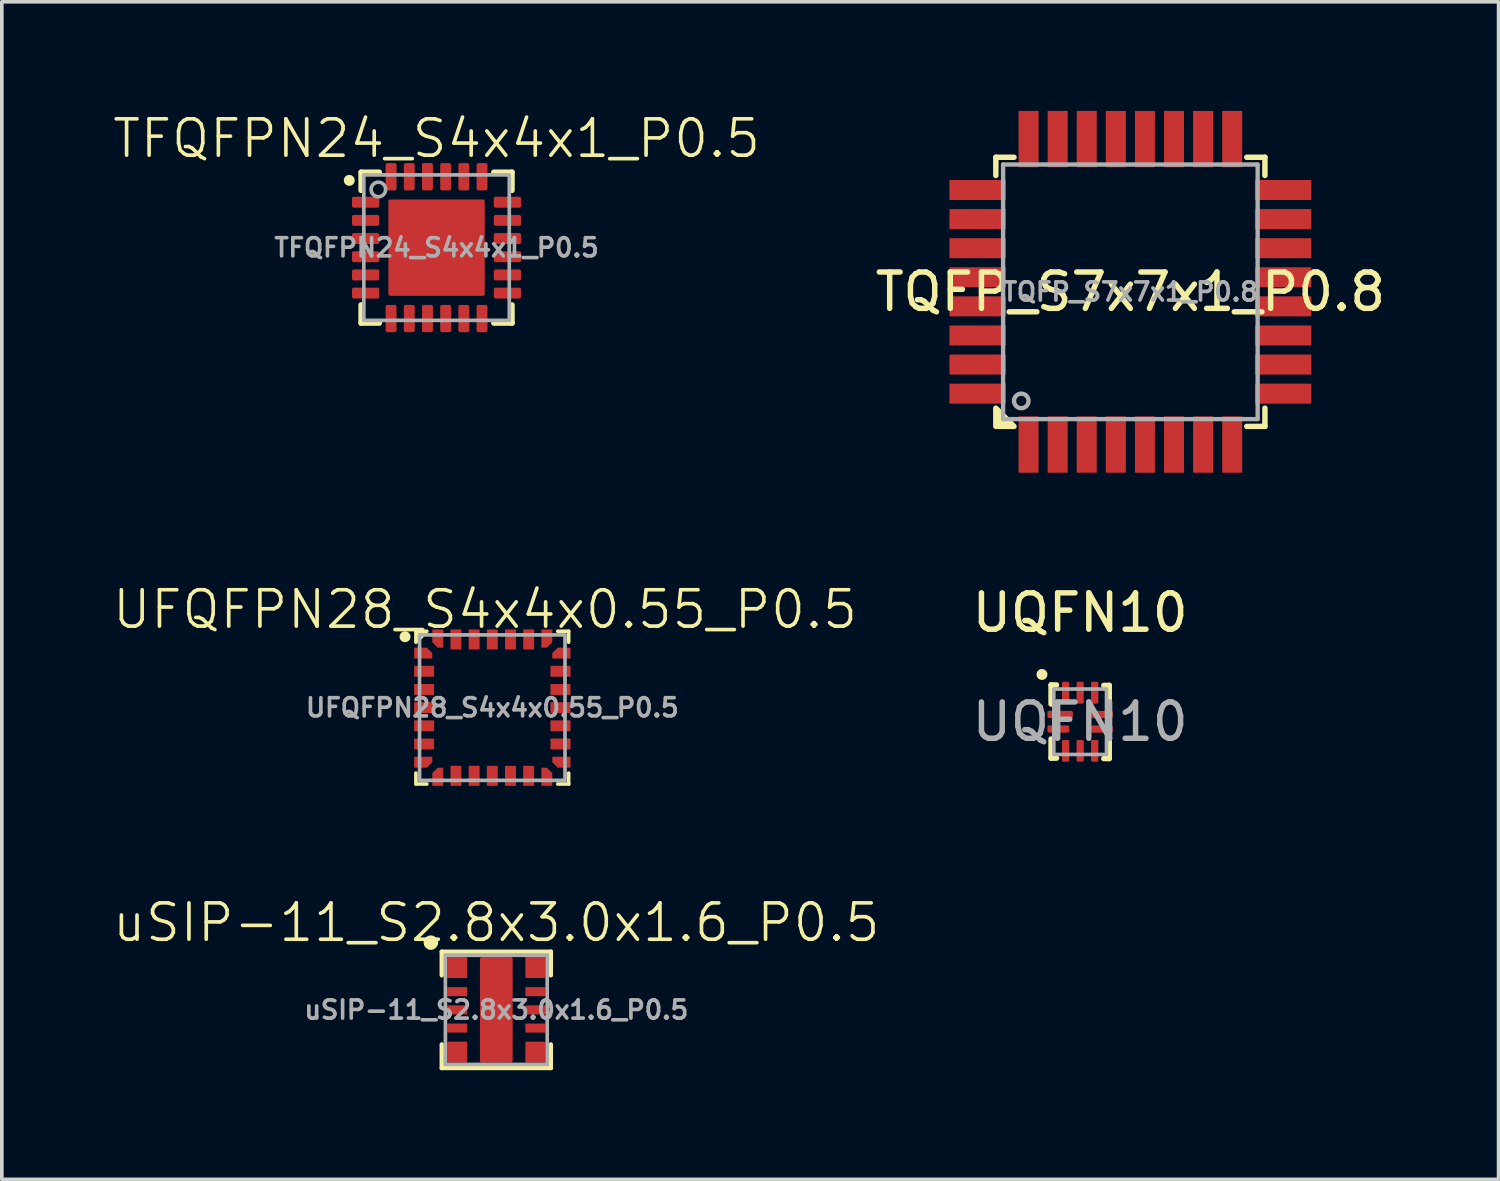
<source format=kicad_pcb>
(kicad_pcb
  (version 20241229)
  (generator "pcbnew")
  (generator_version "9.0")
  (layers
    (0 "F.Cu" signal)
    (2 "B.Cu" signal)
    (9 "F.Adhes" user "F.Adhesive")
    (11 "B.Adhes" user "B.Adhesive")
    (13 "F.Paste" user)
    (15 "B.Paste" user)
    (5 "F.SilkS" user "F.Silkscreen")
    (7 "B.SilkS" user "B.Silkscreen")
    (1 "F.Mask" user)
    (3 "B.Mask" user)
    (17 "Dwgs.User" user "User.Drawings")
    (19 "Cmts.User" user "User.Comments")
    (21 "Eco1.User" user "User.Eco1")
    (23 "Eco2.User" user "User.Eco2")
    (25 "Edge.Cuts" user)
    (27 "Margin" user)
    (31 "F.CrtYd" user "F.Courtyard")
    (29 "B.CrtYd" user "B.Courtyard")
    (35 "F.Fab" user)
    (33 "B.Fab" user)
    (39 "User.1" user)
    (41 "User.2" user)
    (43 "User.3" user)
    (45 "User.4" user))
  (footprint "UFQFPN28_S4x4x0.55_P0.5"
    (layer "F.Cu")
    (at 10.488 16.41)
    (property "Reference" "UFQFPN28_S4x4x0.55_P0.5" (at -0.2 -2.7 0) (unlocked yes) (layer "F.SilkS") (effects (font (size 1 1) (thickness 0.1))))
    (attr smd)
    (fp_line (start -2.1 2.1) (end -2.1 1.8) (stroke (width 0.1) (type default)) (layer "F.SilkS"))
    (fp_line (start -1.8 2.1) (end -2.1 2.1) (stroke (width 0.1) (type default)) (layer "F.SilkS"))
    (fp_line (start 1.8 -2.1) (end 2.1 -2.1) (stroke (width 0.1) (type default)) (layer "F.SilkS"))
    (fp_line (start 2.1 -2.1) (end 2.1 -1.8) (stroke (width 0.1) (type default)) (layer "F.SilkS"))
    (fp_line (start 2.1 1.8) (end 2.1 2.1) (stroke (width 0.1) (type default)) (layer "F.SilkS"))
    (fp_line (start 2.1 2.1) (end 1.8 2.1) (stroke (width 0.1) (type default)) (layer "F.SilkS"))
    (fp_circle (center -2.4 -1.95) (end -2.4 -2.1) (stroke (width 0) (type default)) (fill yes) (layer "F.SilkS"))
    (fp_poly (pts (xy -2.1 -2.1) (xy -2.1 -1.8) (xy -1.8 -2.1)) (stroke (width 0.1) (type solid)) (fill yes) (layer "F.SilkS"))
    (fp_rect (start -2 -2) (end 2 2) (stroke (width 0.1) (type default)) (fill no) (layer "F.Fab"))
    (fp_text user "${REFERENCE}" (at 0 0 0) (unlocked yes) (layer "F.Fab") (effects (font (size 0.5 0.5) (thickness 0.1) (bold yes))))
    (pad "1" smd roundrect (at -1.9 -1.5 270) (size 0.3 0.5) (layers "F.Cu" "F.Mask" "F.Paste") (roundrect_rratio 0) (chamfer_ratio 0.5) (chamfer top_left))
    (pad "2" smd rect (at -1.875 -1 270) (size 0.3 0.55) (layers "F.Cu" "F.Mask" "F.Paste"))
    (pad "3" smd rect (at -1.875 -0.5 270) (size 0.3 0.55) (layers "F.Cu" "F.Mask" "F.Paste"))
    (pad "4" smd rect (at -1.875 0 270) (size 0.3 0.55) (layers "F.Cu" "F.Mask" "F.Paste"))
    (pad "5" smd rect (at -1.875 0.5 270) (size 0.3 0.55) (layers "F.Cu" "F.Mask" "F.Paste"))
    (pad "6" smd rect (at -1.875 1 270) (size 0.3 0.55) (layers "F.Cu" "F.Mask" "F.Paste"))
    (pad "7" smd roundrect (at -1.9 1.5 270) (size 0.3 0.5) (layers "F.Cu" "F.Mask" "F.Paste") (roundrect_rratio 0) (chamfer_ratio 0.5) (chamfer top_right))
    (pad "8" smd roundrect (at -1.5 1.9) (size 0.3 0.5) (layers "F.Cu" "F.Mask" "F.Paste") (roundrect_rratio 0) (chamfer_ratio 0.5) (chamfer top_left))
    (pad "9" smd rect (at -1 1.875) (size 0.3 0.55) (layers "F.Cu" "F.Mask" "F.Paste"))
    (pad "10" smd rect (at -0.5 1.875) (size 0.3 0.55) (layers "F.Cu" "F.Mask" "F.Paste"))
    (pad "11" smd rect (at 0 1.875) (size 0.3 0.55) (layers "F.Cu" "F.Mask" "F.Paste"))
    (pad "12" smd rect (at 0.5 1.875) (size 0.3 0.55) (layers "F.Cu" "F.Mask" "F.Paste"))
    (pad "13" smd rect (at 1 1.875) (size 0.3 0.55) (layers "F.Cu" "F.Mask" "F.Paste"))
    (pad "14" smd roundrect (at 1.5 1.9) (size 0.3 0.5) (layers "F.Cu" "F.Mask" "F.Paste") (roundrect_rratio 0) (chamfer_ratio 0.5) (chamfer top_right))
    (pad "15" smd roundrect (at 1.9 1.5 90) (size 0.3 0.5) (layers "F.Cu" "F.Mask" "F.Paste") (roundrect_rratio 0) (chamfer_ratio 0.5) (chamfer top_left))
    (pad "16" smd rect (at 1.875 1 90) (size 0.3 0.55) (layers "F.Cu" "F.Mask" "F.Paste"))
    (pad "17" smd rect (at 1.875 0.5 90) (size 0.3 0.55) (layers "F.Cu" "F.Mask" "F.Paste"))
    (pad "18" smd rect (at 1.875 0 90) (size 0.3 0.55) (layers "F.Cu" "F.Mask" "F.Paste"))
    (pad "19" smd rect (at 1.875 -0.5 90) (size 0.3 0.55) (layers "F.Cu" "F.Mask" "F.Paste"))
    (pad "20" smd rect (at 1.875 -1 90) (size 0.3 0.55) (layers "F.Cu" "F.Mask" "F.Paste"))
    (pad "21" smd roundrect (at 1.9 -1.5 90) (size 0.3 0.5) (layers "F.Cu" "F.Mask" "F.Paste") (roundrect_rratio 0) (chamfer_ratio 0.5) (chamfer top_right))
    (pad "22" smd roundrect (at 1.5 -1.9 180) (size 0.3 0.5) (layers "F.Cu" "F.Mask" "F.Paste") (roundrect_rratio 0) (chamfer_ratio 0.5) (chamfer top_left))
    (pad "23" smd rect (at 1 -1.875 180) (size 0.3 0.55) (layers "F.Cu" "F.Mask" "F.Paste"))
    (pad "24" smd rect (at 0.5 -1.875 180) (size 0.3 0.55) (layers "F.Cu" "F.Mask" "F.Paste"))
    (pad "25" smd rect (at 0 -1.875 180) (size 0.3 0.55) (layers "F.Cu" "F.Mask" "F.Paste"))
    (pad "26" smd rect (at -0.5 -1.875 180) (size 0.3 0.55) (layers "F.Cu" "F.Mask" "F.Paste"))
    (pad "27" smd rect (at -1 -1.875 180) (size 0.3 0.55) (layers "F.Cu" "F.Mask" "F.Paste"))
    (pad "28" smd roundrect (at -1.5 -1.9 180) (size 0.3 0.5) (layers "F.Cu" "F.Mask" "F.Paste") (roundrect_rratio 0) (chamfer_ratio 0.5) (chamfer top_right)))
  (footprint "UQFN10"
    (layer "F.Cu")
    (at 26.654 16.798)
    (property "Reference" "UQFN10" (at 0 -3 0) (unlocked yes) (layer "F.SilkS") (effects (font (size 1 1) (thickness 0.15))))
    (attr smd)
    (fp_line (start -0.8 -1.012) (end -0.8 -0.487) (stroke (width 0.15) (type default)) (layer "F.SilkS"))
    (fp_line (start -0.8 -1.012) (end -0.65 -1.012) (stroke (width 0.15) (type default)) (layer "F.SilkS"))
    (fp_line (start -0.8 1) (end -0.8 0.475) (stroke (width 0.15) (type default)) (layer "F.SilkS"))
    (fp_line (start -0.65 1) (end -0.8 1) (stroke (width 0.15) (type default)) (layer "F.SilkS"))
    (fp_line (start 0.65 -1) (end 0.8 -1) (stroke (width 0.15) (type default)) (layer "F.SilkS"))
    (fp_line (start 0.8 -1) (end 0.8 -0.475) (stroke (width 0.15) (type default)) (layer "F.SilkS"))
    (fp_line (start 0.8 1.012) (end 0.65 1.012) (stroke (width 0.15) (type default)) (layer "F.SilkS"))
    (fp_line (start 0.8 1.012) (end 0.8 0.487) (stroke (width 0.15) (type default)) (layer "F.SilkS"))
    (fp_circle (center -1.05 -1.3) (end -0.95 -1.3) (stroke (width 0.1) (type default)) (fill yes) (layer "F.SilkS"))
    (fp_rect (start -0.725 -0.9) (end 0.725 0.9) (stroke (width 0.1) (type default)) (fill no) (layer "F.Fab"))
    (fp_text user "${REFERENCE}" (at 0 0 0) (unlocked yes) (layer "F.Fab") (effects (font (size 1 1) (thickness 0.15))))
    (pad "1" smd roundrect (at -0.55 -0.2 270) (size 0.2 0.7) (layers "F.Cu" "F.Mask" "F.Paste") (roundrect_rratio 0.208))
    (pad "2" smd roundrect (at -0.6 0.2 270) (size 0.2 0.6) (layers "F.Cu" "F.Mask" "F.Paste") (roundrect_rratio 0.208))
    (pad "3" smd roundrect (at -0.4 0.8) (size 0.2 0.6) (layers "F.Cu" "F.Mask" "F.Paste") (roundrect_rratio 0.208))
    (pad "4" smd roundrect (at 0 0.8) (size 0.2 0.6) (layers "F.Cu" "F.Mask" "F.Paste") (roundrect_rratio 0.208))
    (pad "5" smd roundrect (at 0.4 0.8) (size 0.2 0.6) (layers "F.Cu" "F.Mask" "F.Paste") (roundrect_rratio 0.208))
    (pad "6" smd roundrect (at 0.6 0.2 90) (size 0.2 0.6) (layers "F.Cu" "F.Mask" "F.Paste") (roundrect_rratio 0.208))
    (pad "7" smd roundrect (at 0.6 -0.2 90) (size 0.2 0.6) (layers "F.Cu" "F.Mask" "F.Paste") (roundrect_rratio 0.208))
    (pad "8" smd roundrect (at 0.4 -0.8 180) (size 0.2 0.6) (layers "F.Cu" "F.Mask" "F.Paste") (roundrect_rratio 0.208))
    (pad "9" smd roundrect (at 0 -0.8 180) (size 0.2 0.6) (layers "F.Cu" "F.Mask" "F.Paste") (roundrect_rratio 0.208))
    (pad "10" smd roundrect (at -0.4 -0.8 180) (size 0.2 0.6) (layers "F.Cu" "F.Mask" "F.Paste") (roundrect_rratio 0.208)))
  (footprint "uSIP-11_S2.8x3.0x1.6_P0.5"
    (layer "F.Cu")
    (at 10.598 24.721)
    (property "Reference" "uSIP-11_S2.8x3.0x1.6_P0.5" (at 0 -2.4 0) (unlocked yes) (layer "F.SilkS") (effects (font (size 1 1) (thickness 0.1))))
    (attr smd)
    (fp_line (start -1.5 -1.6) (end 1.5 -1.6) (stroke (width 0.12) (type solid)) (layer "F.SilkS"))
    (fp_line (start -1.5 -0.95) (end -1.5 -1.6) (stroke (width 0.12) (type solid)) (layer "F.SilkS"))
    (fp_line (start -1.5 1.6) (end -1.5 0.95) (stroke (width 0.12) (type solid)) (layer "F.SilkS"))
    (fp_line (start 1.5 -1.6) (end 1.5 -0.95) (stroke (width 0.12) (type solid)) (layer "F.SilkS"))
    (fp_line (start 1.5 0.95) (end 1.5 1.6) (stroke (width 0.12) (type solid)) (layer "F.SilkS"))
    (fp_line (start 1.5 1.6) (end -1.5 1.6) (stroke (width 0.12) (type solid)) (layer "F.SilkS"))
    (fp_circle (center -1.8 -1.85) (end -1.7 -1.85) (stroke (width 0.2) (type solid)) (fill no) (layer "F.SilkS"))
    (fp_poly (pts (xy -0.4 -1.35) (xy -0.396 -1.369) (xy -0.385 -1.385) (xy -0.369 -1.396) (xy -0.35 -1.4) (xy 0.35 -1.4) (xy 0.369 -1.396) (xy 0.385 -1.385) (xy 0.396 -1.369) (xy 0.4 -1.35) (xy 0.4 -0.15) (xy 0.396 -0.131) (xy 0.385 -0.115) (xy 0.369 -0.104) (xy 0.35 -0.1) (xy -0.35 -0.1) (xy -0.369 -0.104) (xy -0.385 -0.115) (xy -0.396 -0.131) (xy -0.4 -0.15)) (stroke (width 0) (type solid)) (fill yes) (layer "F.Paste"))
    (fp_poly (pts (xy -0.4 0.15) (xy -0.396 0.131) (xy -0.385 0.115) (xy -0.369 0.104) (xy -0.35 0.1) (xy 0.35 0.1) (xy 0.369 0.104) (xy 0.385 0.115) (xy 0.396 0.131) (xy 0.4 0.15) (xy 0.4 1.35) (xy 0.396 1.369) (xy 0.385 1.385) (xy 0.369 1.396) (xy 0.35 1.4) (xy -0.35 1.4) (xy -0.369 1.396) (xy -0.385 1.385) (xy -0.396 1.369) (xy -0.4 1.35)) (stroke (width 0) (type solid)) (fill yes) (layer "F.Paste"))
    (fp_rect (start -1.4 -1.5) (end 1.4 1.5) (stroke (width 0.1) (type default)) (fill no) (layer "F.Fab"))
    (fp_text user "${REFERENCE}" (at 0 0 0) (unlocked yes) (layer "F.Fab") (effects (font (size 0.5 0.5) (thickness 0.1))))
    (pad "1" smd roundrect (at -1.075 -1.163) (size 0.55 0.575) (layers "F.Cu" "F.Mask" "F.Paste") (roundrect_rratio 0.056))
    (pad "2" smd roundrect (at -1.075 -0.5) (size 0.55 0.25) (layers "F.Cu" "F.Mask" "F.Paste") (roundrect_rratio 0.056))
    (pad "3" smd roundrect (at -1.075 0) (size 0.55 0.25) (layers "F.Cu" "F.Mask" "F.Paste") (roundrect_rratio 0.056))
    (pad "4" smd roundrect (at -1.075 0.5) (size 0.55 0.25) (layers "F.Cu" "F.Mask" "F.Paste") (roundrect_rratio 0.056))
    (pad "5" smd roundrect (at -1.075 1.163) (size 0.55 0.575) (layers "F.Cu" "F.Mask" "F.Paste") (roundrect_rratio 0.056))
    (pad "6" smd roundrect (at 1.075 1.163) (size 0.55 0.575) (layers "F.Cu" "F.Mask" "F.Paste") (roundrect_rratio 0.056))
    (pad "7" smd roundrect (at 1.075 0.5) (size 0.55 0.25) (layers "F.Cu" "F.Mask" "F.Paste") (roundrect_rratio 0.056))
    (pad "8" smd roundrect (at 1.075 0) (size 0.55 0.25) (layers "F.Cu" "F.Mask" "F.Paste") (roundrect_rratio 0.056))
    (pad "9" smd roundrect (at 1.075 -0.5) (size 0.55 0.25) (layers "F.Cu" "F.Mask" "F.Paste") (roundrect_rratio 0.056))
    (pad "10" smd roundrect (at 1.075 -1.163) (size 0.55 0.575) (layers "F.Cu" "F.Mask" "F.Paste") (roundrect_rratio 0.056))
    (pad "11" smd roundrect (at 0 0) (size 0.9 2.9) (layers "F.Cu" "F.Mask") (roundrect_rratio 0.056)))
  (footprint "TFQFPN24_S4x4x1_P0.5"
    (layer "F.Cu")
    (at 8.955 3.76)
    (property "Reference" "TFQFPN24_S4x4x1_P0.5" (at 0 -3 0) (unlocked yes) (layer "F.SilkS") (effects (font (size 1 1) (thickness 0.1))))
    (attr smd)
    (fp_line (start -2.075 -1.575) (end -2.075 -2.075) (stroke (width 0.15) (type default)) (layer "F.SilkS"))
    (fp_line (start -2.075 1.575) (end -2.075 2.075) (stroke (width 0.15) (type default)) (layer "F.SilkS"))
    (fp_line (start -1.575 -2.075) (end -2.075 -2.075) (stroke (width 0.15) (type default)) (layer "F.SilkS"))
    (fp_line (start -1.575 2.075) (end -2.075 2.075) (stroke (width 0.15) (type default)) (layer "F.SilkS"))
    (fp_line (start 1.575 -2.075) (end 2.075 -2.075) (stroke (width 0.15) (type default)) (layer "F.SilkS"))
    (fp_line (start 1.575 2.075) (end 2.075 2.075) (stroke (width 0.15) (type default)) (layer "F.SilkS"))
    (fp_line (start 2.075 -1.575) (end 2.075 -2.075) (stroke (width 0.15) (type default)) (layer "F.SilkS"))
    (fp_line (start 2.075 1.575) (end 2.075 2.075) (stroke (width 0.15) (type default)) (layer "F.SilkS"))
    (fp_circle (center -2.4 -1.85) (end -2.325 -1.85) (stroke (width 0.15) (type default)) (fill yes) (layer "F.SilkS"))
    (fp_rect (start -1.1 -1.1) (end -0.2 -0.2) (stroke (width 0.1) (type default)) (fill yes) (layer "F.Paste"))
    (fp_rect (start -1.1 0.2) (end -0.2 1.1) (stroke (width 0.1) (type default)) (fill yes) (layer "F.Paste"))
    (fp_rect (start 0.2 -1.1) (end 1.1 -0.2) (stroke (width 0.1) (type default)) (fill yes) (layer "F.Paste"))
    (fp_rect (start 0.2 0.2) (end 1.1 1.1) (stroke (width 0.1) (type default)) (fill yes) (layer "F.Paste"))
    (fp_rect (start -2 -2) (end 2 2) (stroke (width 0.1) (type default)) (fill no) (layer "F.Fab"))
    (fp_circle (center -1.6 -1.6) (end -1.6 -1.8) (stroke (width 0.1) (type default)) (fill no) (layer "F.Fab"))
    (fp_text user "${REFERENCE}" (at 0 0 0) (unlocked yes) (layer "F.Fab") (effects (font (size 0.5 0.5) (thickness 0.1))))
    (pad "1" smd roundrect (at -1.95 -1.25) (size 0.75 0.3) (layers "F.Cu" "F.Mask" "F.Paste") (roundrect_rratio 0.167))
    (pad "2" smd roundrect (at -1.95 -0.75) (size 0.75 0.3) (layers "F.Cu" "F.Mask" "F.Paste") (roundrect_rratio 0.167))
    (pad "3" smd roundrect (at -1.95 -0.25) (size 0.75 0.3) (layers "F.Cu" "F.Mask" "F.Paste") (roundrect_rratio 0.167))
    (pad "4" smd roundrect (at -1.95 0.25) (size 0.75 0.3) (layers "F.Cu" "F.Mask" "F.Paste") (roundrect_rratio 0.167))
    (pad "5" smd roundrect (at -1.95 0.75) (size 0.75 0.3) (layers "F.Cu" "F.Mask" "F.Paste") (roundrect_rratio 0.167))
    (pad "6" smd roundrect (at -1.95 1.25) (size 0.75 0.3) (layers "F.Cu" "F.Mask" "F.Paste") (roundrect_rratio 0.167))
    (pad "7" smd roundrect (at -1.25 1.95 90) (size 0.75 0.3) (layers "F.Cu" "F.Mask" "F.Paste") (roundrect_rratio 0.167))
    (pad "8" smd roundrect (at -0.75 1.95 90) (size 0.75 0.3) (layers "F.Cu" "F.Mask" "F.Paste") (roundrect_rratio 0.167))
    (pad "9" smd roundrect (at -0.25 1.95 90) (size 0.75 0.3) (layers "F.Cu" "F.Mask" "F.Paste") (roundrect_rratio 0.167))
    (pad "10" smd roundrect (at 0.25 1.95 90) (size 0.75 0.3) (layers "F.Cu" "F.Mask" "F.Paste") (roundrect_rratio 0.167))
    (pad "11" smd roundrect (at 0.75 1.95 90) (size 0.75 0.3) (layers "F.Cu" "F.Mask" "F.Paste") (roundrect_rratio 0.167))
    (pad "12" smd roundrect (at 1.25 1.95 90) (size 0.75 0.3) (layers "F.Cu" "F.Mask" "F.Paste") (roundrect_rratio 0.167))
    (pad "13" smd roundrect (at 1.95 1.25 180) (size 0.75 0.3) (layers "F.Cu" "F.Mask" "F.Paste") (roundrect_rratio 0.167))
    (pad "14" smd roundrect (at 1.95 0.75 180) (size 0.75 0.3) (layers "F.Cu" "F.Mask" "F.Paste") (roundrect_rratio 0.167))
    (pad "15" smd roundrect (at 1.95 0.25 180) (size 0.75 0.3) (layers "F.Cu" "F.Mask" "F.Paste") (roundrect_rratio 0.167))
    (pad "16" smd roundrect (at 1.95 -0.25 180) (size 0.75 0.3) (layers "F.Cu" "F.Mask" "F.Paste") (roundrect_rratio 0.167))
    (pad "17" smd roundrect (at 1.95 -0.75 180) (size 0.75 0.3) (layers "F.Cu" "F.Mask" "F.Paste") (roundrect_rratio 0.167))
    (pad "18" smd roundrect (at 1.95 -1.25 180) (size 0.75 0.3) (layers "F.Cu" "F.Mask" "F.Paste") (roundrect_rratio 0.167))
    (pad "19" smd roundrect (at 1.25 -1.95 270) (size 0.75 0.3) (layers "F.Cu" "F.Mask" "F.Paste") (roundrect_rratio 0.167))
    (pad "20" smd roundrect (at 0.75 -1.95 270) (size 0.75 0.3) (layers "F.Cu" "F.Mask" "F.Paste") (roundrect_rratio 0.167))
    (pad "21" smd roundrect (at 0.25 -1.95 270) (size 0.75 0.3) (layers "F.Cu" "F.Mask" "F.Paste") (roundrect_rratio 0.167))
    (pad "22" smd roundrect (at -0.25 -1.95 270) (size 0.75 0.3) (layers "F.Cu" "F.Mask" "F.Paste") (roundrect_rratio 0.167))
    (pad "23" smd roundrect (at -0.75 -1.95 270) (size 0.75 0.3) (layers "F.Cu" "F.Mask" "F.Paste") (roundrect_rratio 0.167))
    (pad "24" smd roundrect (at -1.25 -1.95 270) (size 0.75 0.3) (layers "F.Cu" "F.Mask" "F.Paste") (roundrect_rratio 0.167))
    (pad "25" smd roundrect (at 0 0) (size 2.65 2.65) (layers "F.Cu" "F.Mask") (roundrect_rratio 0.019)))
  (footprint "TQFP_S7x7x1_P0.8"
    (layer "F.Cu")
    (at 28.035 4.975)
    (property "Reference" "TQFP_S7x7x1_P0.8" (at 0 0 0) (layer "F.SilkS") (effects (font (size 1 1) (thickness 0.15))))
    (attr smd)
    (fp_line (start -3.7 -3.7) (end -3.7 -3.2) (stroke (width 0.15) (type solid)) (layer "F.SilkS"))
    (fp_line (start -3.2 -3.7) (end -3.7 -3.7) (stroke (width 0.15) (type solid)) (layer "F.SilkS"))
    (fp_line (start 3.2 3.7) (end 3.7 3.7) (stroke (width 0.15) (type solid)) (layer "F.SilkS"))
    (fp_line (start 3.7 -3.7) (end 3.2 -3.7) (stroke (width 0.15) (type solid)) (layer "F.SilkS"))
    (fp_line (start 3.7 -3.2) (end 3.7 -3.7) (stroke (width 0.15) (type solid)) (layer "F.SilkS"))
    (fp_line (start 3.7 3.7) (end 3.7 3.2) (stroke (width 0.15) (type solid)) (layer "F.SilkS"))
    (fp_poly (pts (xy -3.2 3.7) (xy -3.7 3.7) (xy -3.7 3.2)) (stroke (width 0.15) (type solid)) (fill yes) (layer "F.SilkS"))
    (fp_line (start -3.5 -3.5) (end -3.5 3.5) (stroke (width 0.12) (type solid)) (layer "F.Fab"))
    (fp_line (start -3.5 3.5) (end 3.5 3.5) (stroke (width 0.12) (type solid)) (layer "F.Fab"))
    (fp_line (start 3.5 -3.5) (end -3.5 -3.5) (stroke (width 0.12) (type solid)) (layer "F.Fab"))
    (fp_line (start 3.5 3.5) (end 3.5 -3.5) (stroke (width 0.12) (type solid)) (layer "F.Fab"))
    (fp_circle (center -3 3) (end -3 2.8) (stroke (width 0.12) (type solid)) (fill no) (layer "F.Fab"))
    (fp_text user "${REFERENCE}" (at 0 0 0) (layer "F.Fab") (effects (font (size 0.5 0.5) (thickness 0.1))))
    (pad "1" smd rect (at -2.8 4.2) (size 0.55 1.55) (layers "F.Cu" "F.Mask" "F.Paste"))
    (pad "2" smd rect (at -2 4.2) (size 0.55 1.55) (layers "F.Cu" "F.Mask" "F.Paste"))
    (pad "3" smd rect (at -1.2 4.2) (size 0.55 1.55) (layers "F.Cu" "F.Mask" "F.Paste"))
    (pad "4" smd rect (at -0.4 4.2) (size 0.55 1.55) (layers "F.Cu" "F.Mask" "F.Paste"))
    (pad "5" smd rect (at 0.4 4.2) (size 0.55 1.55) (layers "F.Cu" "F.Mask" "F.Paste"))
    (pad "6" smd rect (at 1.2 4.2) (size 0.55 1.55) (layers "F.Cu" "F.Mask" "F.Paste"))
    (pad "7" smd rect (at 2 4.2) (size 0.55 1.55) (layers "F.Cu" "F.Mask" "F.Paste"))
    (pad "8" smd rect (at 2.8 4.2) (size 0.55 1.55) (layers "F.Cu" "F.Mask" "F.Paste"))
    (pad "9" smd rect (at 4.2 2.8 90) (size 0.55 1.55) (layers "F.Cu" "F.Mask" "F.Paste"))
    (pad "10" smd rect (at 4.2 2 90) (size 0.55 1.55) (layers "F.Cu" "F.Mask" "F.Paste"))
    (pad "11" smd rect (at 4.2 1.2 90) (size 0.55 1.55) (layers "F.Cu" "F.Mask" "F.Paste"))
    (pad "12" smd rect (at 4.2 0.4 90) (size 0.55 1.55) (layers "F.Cu" "F.Mask" "F.Paste"))
    (pad "13" smd rect (at 4.2 -0.4 90) (size 0.55 1.55) (layers "F.Cu" "F.Mask" "F.Paste"))
    (pad "14" smd rect (at 4.2 -1.2 90) (size 0.55 1.55) (layers "F.Cu" "F.Mask" "F.Paste"))
    (pad "15" smd rect (at 4.2 -2 90) (size 0.55 1.55) (layers "F.Cu" "F.Mask" "F.Paste"))
    (pad "16" smd rect (at 4.2 -2.8 90) (size 0.55 1.55) (layers "F.Cu" "F.Mask" "F.Paste"))
    (pad "17" smd rect (at 2.8 -4.2 180) (size 0.55 1.55) (layers "F.Cu" "F.Mask" "F.Paste"))
    (pad "18" smd rect (at 2 -4.2 180) (size 0.55 1.55) (layers "F.Cu" "F.Mask" "F.Paste"))
    (pad "19" smd rect (at 1.2 -4.2 180) (size 0.55 1.55) (layers "F.Cu" "F.Mask" "F.Paste"))
    (pad "20" smd rect (at 0.4 -4.2 180) (size 0.55 1.55) (layers "F.Cu" "F.Mask" "F.Paste"))
    (pad "21" smd rect (at -0.4 -4.2 180) (size 0.55 1.55) (layers "F.Cu" "F.Mask" "F.Paste"))
    (pad "22" smd rect (at -1.2 -4.2 180) (size 0.55 1.55) (layers "F.Cu" "F.Mask" "F.Paste"))
    (pad "23" smd rect (at -2 -4.2 180) (size 0.55 1.55) (layers "F.Cu" "F.Mask" "F.Paste"))
    (pad "24" smd rect (at -2.8 -4.2 180) (size 0.55 1.55) (layers "F.Cu" "F.Mask" "F.Paste"))
    (pad "25" smd rect (at -4.2 -2.8 270) (size 0.55 1.55) (layers "F.Cu" "F.Mask" "F.Paste"))
    (pad "26" smd rect (at -4.2 -2 270) (size 0.55 1.55) (layers "F.Cu" "F.Mask" "F.Paste"))
    (pad "27" smd rect (at -4.2 -1.2 270) (size 0.55 1.55) (layers "F.Cu" "F.Mask" "F.Paste"))
    (pad "28" smd rect (at -4.2 -0.4 270) (size 0.55 1.55) (layers "F.Cu" "F.Mask" "F.Paste"))
    (pad "29" smd rect (at -4.2 0.4 270) (size 0.55 1.55) (layers "F.Cu" "F.Mask" "F.Paste"))
    (pad "30" smd rect (at -4.2 1.2 270) (size 0.55 1.55) (layers "F.Cu" "F.Mask" "F.Paste"))
    (pad "31" smd rect (at -4.2 2 270) (size 0.55 1.55) (layers "F.Cu" "F.Mask" "F.Paste"))
    (pad "32" smd rect (at -4.2 2.8 270) (size 0.55 1.55) (layers "F.Cu" "F.Mask" "F.Paste")))
  (gr_rect
    (start -3 -3)
    (end 38.16 29.381)
    (stroke (width 0.1) (type default))
    (fill no)
    (layer "Edge.Cuts")))
</source>
